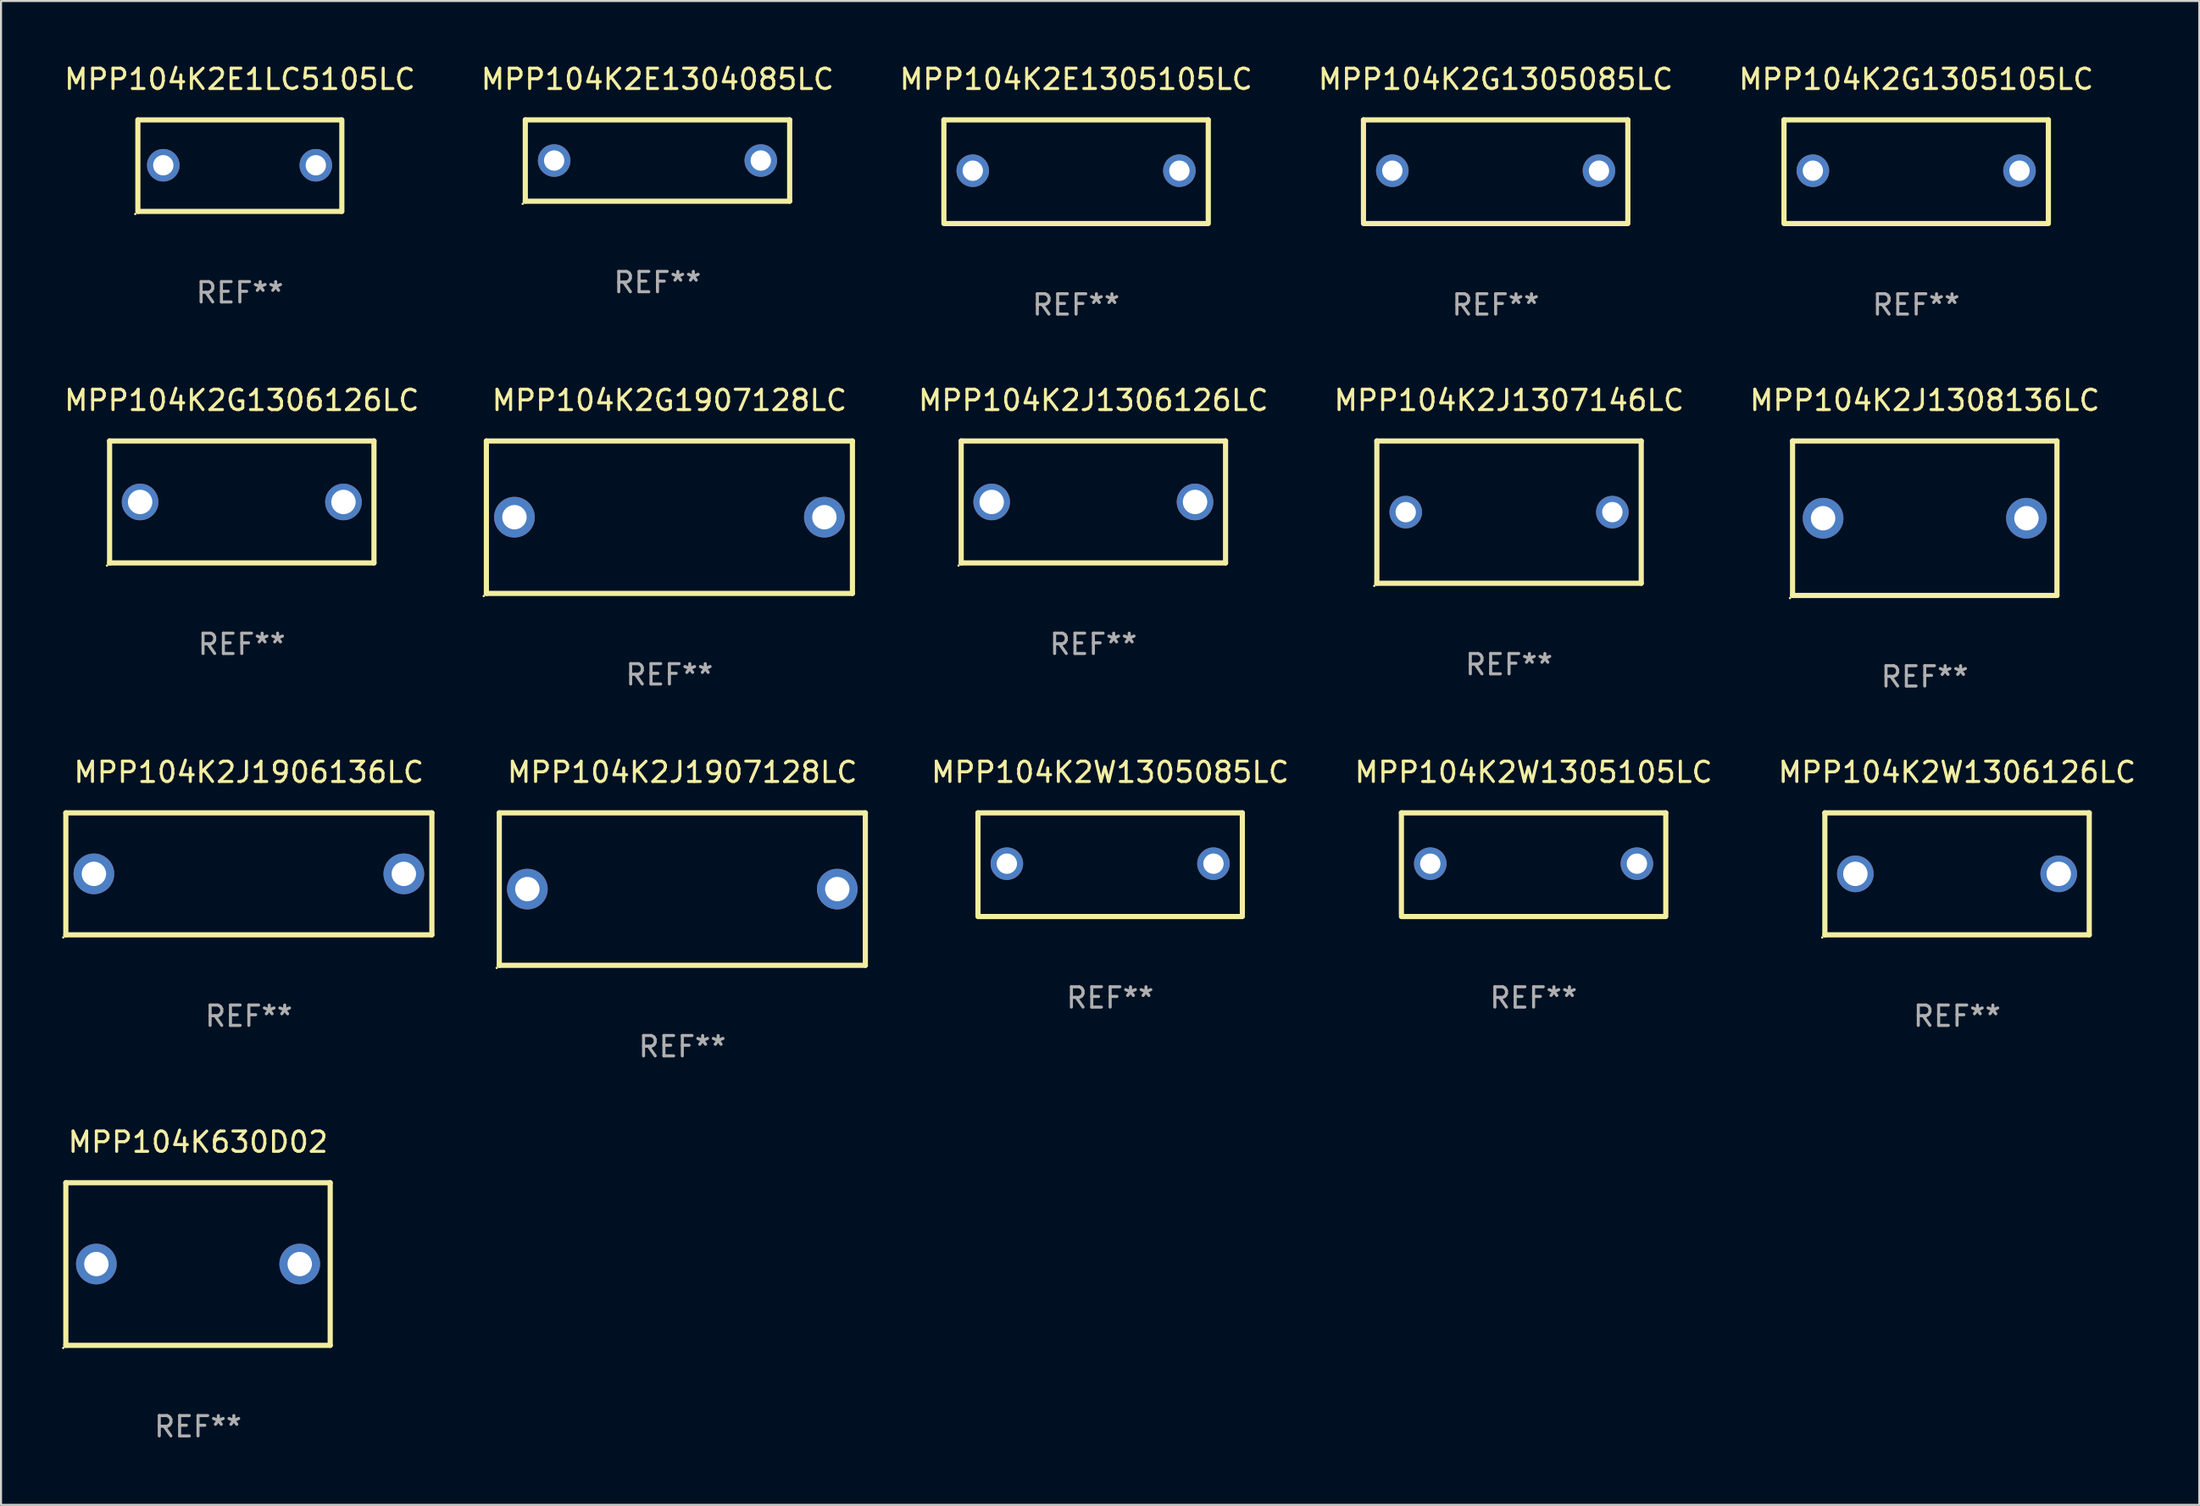
<source format=kicad_pcb>
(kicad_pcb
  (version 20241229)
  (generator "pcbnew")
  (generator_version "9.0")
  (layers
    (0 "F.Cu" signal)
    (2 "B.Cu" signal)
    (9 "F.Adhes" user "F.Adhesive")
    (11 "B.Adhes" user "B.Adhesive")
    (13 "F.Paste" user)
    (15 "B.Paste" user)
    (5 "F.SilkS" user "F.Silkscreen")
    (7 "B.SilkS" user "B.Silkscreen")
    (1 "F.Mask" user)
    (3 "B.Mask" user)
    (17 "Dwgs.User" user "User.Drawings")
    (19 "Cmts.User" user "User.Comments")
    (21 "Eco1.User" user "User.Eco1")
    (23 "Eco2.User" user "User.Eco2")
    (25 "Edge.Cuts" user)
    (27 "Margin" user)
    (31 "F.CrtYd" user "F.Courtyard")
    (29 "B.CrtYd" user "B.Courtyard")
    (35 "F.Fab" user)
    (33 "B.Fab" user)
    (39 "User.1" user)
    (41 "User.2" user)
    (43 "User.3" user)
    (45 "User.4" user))
  (footprint "MPP104K2J1307146LC"
    (layer "F.Cu")
    (at 71.153 22.145)
    (property "Reference" "MPP104K2J1307146LC" (at 0 -5.5 0) (layer "F.SilkS") (effects (font (size 1 1) (thickness 0.15))))
    (attr through_hole)
    (fp_line (start -6.5 -3.5) (end 6.5 -3.5) (stroke (width 0.254) (type solid)) (layer "F.SilkS"))
    (fp_line (start -6.5 3.5) (end -6.5 -3.5) (stroke (width 0.254) (type solid)) (layer "F.SilkS"))
    (fp_line (start 6.5 -3.5) (end 6.5 3.5) (stroke (width 0.254) (type solid)) (layer "F.SilkS"))
    (fp_line (start 6.5 3.5) (end -6.5 3.5) (stroke (width 0.254) (type solid)) (layer "F.SilkS"))
    (fp_circle (center -6.627 3.627) (end -6.597 3.627) (stroke (width 0.06) (type solid)) (fill no) (layer "F.SilkS"))
    (fp_text user "REF**" (at 0 7.5 0) (layer "F.Fab") (effects (font (size 1 1) (thickness 0.15))))
    (pad "1" thru_hole circle (at -5.08 -0.000127) (size 1.6 1.6) (drill 1) (layers "*.Cu" "*.Mask"))
    (pad "2" thru_hole circle (at 5.08 -0.000127) (size 1.6 1.6) (drill 1) (layers "*.Cu" "*.Mask")))
  (footprint "MPP104K2J1906136LC"
    (layer "F.Cu")
    (at 9.187 39.941)
    (property "Reference" "MPP104K2J1906136LC" (at 0 -5 0) (layer "F.SilkS") (effects (font (size 1 1) (thickness 0.15))))
    (attr through_hole)
    (fp_line (start -9 -3) (end 9 -3) (stroke (width 0.254) (type solid)) (layer "F.SilkS"))
    (fp_line (start -9 3) (end -9 -3) (stroke (width 0.254) (type solid)) (layer "F.SilkS"))
    (fp_line (start 9 -3) (end 9 3) (stroke (width 0.254) (type solid)) (layer "F.SilkS"))
    (fp_line (start 9 3) (end -9 3) (stroke (width 0.254) (type solid)) (layer "F.SilkS"))
    (fp_circle (center -9.127 3.127) (end -9.097 3.127) (stroke (width 0.06) (type solid)) (fill no) (layer "F.SilkS"))
    (fp_text user "REF**" (at 0 7 0) (layer "F.Fab") (effects (font (size 1 1) (thickness 0.15))))
    (pad "1" thru_hole circle (at -7.62 0) (size 2 2) (drill 1.2) (layers "*.Cu" "*.Mask"))
    (pad "2" thru_hole circle (at 7.62 0) (size 2 2) (drill 1.2) (layers "*.Cu" "*.Mask")))
  (footprint "MPP104K2J1308136LC"
    (layer "F.Cu")
    (at 91.594 22.445)
    (property "Reference" "MPP104K2J1308136LC" (at 0 -5.8 0) (layer "F.SilkS") (effects (font (size 1 1) (thickness 0.15))))
    (attr through_hole)
    (fp_line (start -6.5 -3.8) (end -6.5 3.8) (stroke (width 0.254) (type solid)) (layer "F.SilkS"))
    (fp_line (start -6.5 -3.8) (end 6.5 -3.8) (stroke (width 0.254) (type solid)) (layer "F.SilkS"))
    (fp_line (start 6.5 3.8) (end -6.5 3.8) (stroke (width 0.254) (type solid)) (layer "F.SilkS"))
    (fp_line (start 6.5 3.8) (end 6.5 -3.8) (stroke (width 0.254) (type solid)) (layer "F.SilkS"))
    (fp_circle (center -6.627 3.927) (end -6.597 3.927) (stroke (width 0.06) (type solid)) (fill no) (layer "F.SilkS"))
    (fp_text user "REF**" (at 0 7.8 0) (layer "F.Fab") (effects (font (size 1 1) (thickness 0.15))))
    (pad "1" thru_hole circle (at -4.999 0) (size 2 2) (drill 1.2) (layers "*.Cu" "*.Mask"))
    (pad "2" thru_hole circle (at 5.001 0) (size 2 2) (drill 1.2) (layers "*.Cu" "*.Mask")))
  (footprint "MPP104K2G1305105LC"
    (layer "F.Cu")
    (at 91.173 5.398)
    (property "Reference" "MPP104K2G1305105LC" (at 0 -4.55 0) (layer "F.SilkS") (effects (font (size 1 1) (thickness 0.15))))
    (attr through_hole)
    (fp_line (start -6.5 -2.55) (end 6.5 -2.55) (stroke (width 0.254) (type solid)) (layer "F.SilkS"))
    (fp_line (start -6.5 2.45) (end -6.5 -2.55) (stroke (width 0.254) (type solid)) (layer "F.SilkS"))
    (fp_line (start 6.5 -2.55) (end 6.5 2.45) (stroke (width 0.254) (type solid)) (layer "F.SilkS"))
    (fp_line (start 6.5 2.55) (end -6.5 2.55) (stroke (width 0.254) (type solid)) (layer "F.SilkS"))
    (fp_circle (center -6.5 2.45) (end -6.47 2.45) (stroke (width 0.06) (type solid)) (fill no) (layer "F.SilkS"))
    (fp_text user "REF**" (at 0 6.55 0) (layer "F.Fab") (effects (font (size 1 1) (thickness 0.15))))
    (pad "1" thru_hole circle (at -5.08 -0.05) (size 1.6 1.6) (drill 1) (layers "*.Cu" "*.Mask"))
    (pad "2" thru_hole circle (at 5.08 -0.05) (size 1.6 1.6) (drill 1) (layers "*.Cu" "*.Mask")))
  (footprint "MPP104K2E1305105LC"
    (layer "F.Cu")
    (at 49.863 5.398)
    (property "Reference" "MPP104K2E1305105LC" (at 0 -4.55 0) (layer "F.SilkS") (effects (font (size 1 1) (thickness 0.15))))
    (attr through_hole)
    (fp_line (start -6.5 -2.55) (end 6.5 -2.55) (stroke (width 0.254) (type solid)) (layer "F.SilkS"))
    (fp_line (start -6.5 2.45) (end -6.5 -2.55) (stroke (width 0.254) (type solid)) (layer "F.SilkS"))
    (fp_line (start 6.5 -2.55) (end 6.5 2.45) (stroke (width 0.254) (type solid)) (layer "F.SilkS"))
    (fp_line (start 6.5 2.55) (end -6.5 2.55) (stroke (width 0.254) (type solid)) (layer "F.SilkS"))
    (fp_circle (center -6.5 2.45) (end -6.47 2.45) (stroke (width 0.06) (type solid)) (fill no) (layer "F.SilkS"))
    (fp_text user "REF**" (at 0 6.55 0) (layer "F.Fab") (effects (font (size 1 1) (thickness 0.15))))
    (pad "1" thru_hole circle (at -5.08 -0.05) (size 1.6 1.6) (drill 1) (layers "*.Cu" "*.Mask"))
    (pad "2" thru_hole circle (at 5.08 -0.05) (size 1.6 1.6) (drill 1) (layers "*.Cu" "*.Mask")))
  (footprint "MPP104K2J1306126LC"
    (layer "F.Cu")
    (at 50.713 21.645)
    (property "Reference" "MPP104K2J1306126LC" (at 0 -5 0) (layer "F.SilkS") (effects (font (size 1 1) (thickness 0.15))))
    (attr through_hole)
    (fp_line (start -6.5 -3) (end 6.5 -3) (stroke (width 0.254) (type solid)) (layer "F.SilkS"))
    (fp_line (start -6.5 3) (end -6.5 -3) (stroke (width 0.254) (type solid)) (layer "F.SilkS"))
    (fp_line (start -6.5 3) (end 6.5 3) (stroke (width 0.254) (type solid)) (layer "F.SilkS"))
    (fp_line (start 6.5 -3) (end 6.5 3) (stroke (width 0.254) (type solid)) (layer "F.SilkS"))
    (fp_circle (center -6.627 3.127) (end -6.597 3.127) (stroke (width 0.06) (type solid)) (fill no) (layer "F.SilkS"))
    (fp_text user "REF**" (at 0 7 0) (layer "F.Fab") (effects (font (size 1 1) (thickness 0.15))))
    (pad "1" thru_hole circle (at -5 0) (size 1.8 1.8) (drill 1.2) (layers "*.Cu" "*.Mask"))
    (pad "2" thru_hole circle (at 5 0) (size 1.8 1.8) (drill 1.2) (layers "*.Cu" "*.Mask")))
  (footprint "MPP104K2G1907128LC"
    (layer "F.Cu")
    (at 29.866 22.395)
    (property "Reference" "MPP104K2G1907128LC" (at 0 -5.75 0) (layer "F.SilkS") (effects (font (size 1 1) (thickness 0.15))))
    (attr through_hole)
    (fp_line (start -9 -3.75) (end 9 -3.75) (stroke (width 0.254) (type solid)) (layer "F.SilkS"))
    (fp_line (start -9 3.75) (end -9 -3.75) (stroke (width 0.254) (type solid)) (layer "F.SilkS"))
    (fp_line (start 9 -3.75) (end 9 3.75) (stroke (width 0.254) (type solid)) (layer "F.SilkS"))
    (fp_line (start 9 3.75) (end -9 3.75) (stroke (width 0.254) (type solid)) (layer "F.SilkS"))
    (fp_circle (center -9.127 3.877) (end -9.097 3.877) (stroke (width 0.06) (type solid)) (fill no) (layer "F.SilkS"))
    (fp_text user "REF**" (at 0 7.75 0) (layer "F.Fab") (effects (font (size 1 1) (thickness 0.15))))
    (pad "1" thru_hole circle (at -7.62 0) (size 2 2) (drill 1.2) (layers "*.Cu" "*.Mask"))
    (pad "2" thru_hole circle (at 7.62 0) (size 2 2) (drill 1.2) (layers "*.Cu" "*.Mask")))
  (footprint "MPP104K2W1305105LC"
    (layer "F.Cu")
    (at 72.36 39.491)
    (property "Reference" "MPP104K2W1305105LC" (at 0 -4.55 0) (layer "F.SilkS") (effects (font (size 1 1) (thickness 0.15))))
    (attr through_hole)
    (fp_line (start -6.5 -2.55) (end 6.5 -2.55) (stroke (width 0.254) (type solid)) (layer "F.SilkS"))
    (fp_line (start -6.5 2.45) (end -6.5 -2.55) (stroke (width 0.254) (type solid)) (layer "F.SilkS"))
    (fp_line (start 6.5 -2.55) (end 6.5 2.45) (stroke (width 0.254) (type solid)) (layer "F.SilkS"))
    (fp_line (start 6.5 2.55) (end -6.5 2.55) (stroke (width 0.254) (type solid)) (layer "F.SilkS"))
    (fp_circle (center -6.5 2.45) (end -6.47 2.45) (stroke (width 0.06) (type solid)) (fill no) (layer "F.SilkS"))
    (fp_text user "REF**" (at 0 6.55 0) (layer "F.Fab") (effects (font (size 1 1) (thickness 0.15))))
    (pad "1" thru_hole circle (at -5.08 -0.05) (size 1.6 1.6) (drill 1) (layers "*.Cu" "*.Mask"))
    (pad "2" thru_hole circle (at 5.08 -0.05) (size 1.6 1.6) (drill 1) (layers "*.Cu" "*.Mask")))
  (footprint "MPP104K2G1306126LC"
    (layer "F.Cu")
    (at 8.839 21.645)
    (property "Reference" "MPP104K2G1306126LC" (at 0 -5 0) (layer "F.SilkS") (effects (font (size 1 1) (thickness 0.15))))
    (attr through_hole)
    (fp_line (start -6.5 -3) (end 6.5 -3) (stroke (width 0.254) (type solid)) (layer "F.SilkS"))
    (fp_line (start -6.5 3) (end -6.5 -3) (stroke (width 0.254) (type solid)) (layer "F.SilkS"))
    (fp_line (start -6.5 3) (end 6.5 3) (stroke (width 0.254) (type solid)) (layer "F.SilkS"))
    (fp_line (start 6.5 -3) (end 6.5 3) (stroke (width 0.254) (type solid)) (layer "F.SilkS"))
    (fp_circle (center -6.627 3.127) (end -6.597 3.127) (stroke (width 0.06) (type solid)) (fill no) (layer "F.SilkS"))
    (fp_text user "REF**" (at 0 7 0) (layer "F.Fab") (effects (font (size 1 1) (thickness 0.15))))
    (pad "1" thru_hole circle (at -5 0) (size 1.8 1.8) (drill 1.2) (layers "*.Cu" "*.Mask"))
    (pad "2" thru_hole circle (at 5 0) (size 1.8 1.8) (drill 1.2) (layers "*.Cu" "*.Mask")))
  (footprint "MPP104K2E1LC5105LC"
    (layer "F.Cu")
    (at 8.744 5.099)
    (property "Reference" "MPP104K2E1LC5105LC" (at 0 -4.251 0) (layer "F.SilkS") (effects (font (size 1 1) (thickness 0.15))))
    (attr through_hole)
    (fp_line (start -5.015 2.25) (end -5.015 -2.251) (stroke (width 0.254) (type solid)) (layer "F.SilkS"))
    (fp_line (start -5.005 -2.25) (end 4.995 -2.25) (stroke (width 0.254) (type solid)) (layer "F.SilkS"))
    (fp_line (start 5.005 2.25) (end -4.995 2.25) (stroke (width 0.254) (type solid)) (layer "F.SilkS"))
    (fp_line (start 5.015 -2.25) (end 5.015 2.251) (stroke (width 0.254) (type solid)) (layer "F.SilkS"))
    (fp_circle (center -5.142 2.378) (end -5.112 2.378) (stroke (width 0.06) (type solid)) (fill no) (layer "F.SilkS"))
    (fp_text user "REF**" (at 0 6.251 0) (layer "F.Fab") (effects (font (size 1 1) (thickness 0.15))))
    (pad "1" thru_hole circle (at -3.765 -0.019) (size 1.6 1.6) (drill 1) (layers "*.Cu" "*.Mask"))
    (pad "2" thru_hole circle (at 3.735 -0.019) (size 1.6 1.6) (drill 1) (layers "*.Cu" "*.Mask")))
  (footprint "MPP104K2E1304085LC"
    (layer "F.Cu")
    (at 29.28 4.848)
    (property "Reference" "MPP104K2E1304085LC" (at 0 -4 0) (layer "F.SilkS") (effects (font (size 1 1) (thickness 0.15))))
    (attr through_hole)
    (fp_line (start -6.5 -2) (end 6.5 -2) (stroke (width 0.254) (type solid)) (layer "F.SilkS"))
    (fp_line (start -6.5 2) (end -6.5 -2) (stroke (width 0.254) (type solid)) (layer "F.SilkS"))
    (fp_line (start 6.5 -2) (end 6.5 2) (stroke (width 0.254) (type solid)) (layer "F.SilkS"))
    (fp_line (start 6.5 2) (end -6.5 2) (stroke (width 0.254) (type solid)) (layer "F.SilkS"))
    (fp_circle (center -6.627 2.127) (end -6.597 2.127) (stroke (width 0.06) (type solid)) (fill no) (layer "F.SilkS"))
    (fp_text user "REF**" (at 0 6 0) (layer "F.Fab") (effects (font (size 1 1) (thickness 0.15))))
    (pad "1" thru_hole circle (at -5.08 0) (size 1.6 1.6) (drill 1) (layers "*.Cu" "*.Mask"))
    (pad "2" thru_hole circle (at 5.08 0) (size 1.6 1.6) (drill 1) (layers "*.Cu" "*.Mask")))
  (footprint "MPP104K2W1305085LC"
    (layer "F.Cu")
    (at 51.539 39.491)
    (property "Reference" "MPP104K2W1305085LC" (at 0 -4.55 0) (layer "F.SilkS") (effects (font (size 1 1) (thickness 0.15))))
    (attr through_hole)
    (fp_line (start -6.5 -2.55) (end 6.5 -2.55) (stroke (width 0.254) (type solid)) (layer "F.SilkS"))
    (fp_line (start -6.5 2.45) (end -6.5 -2.55) (stroke (width 0.254) (type solid)) (layer "F.SilkS"))
    (fp_line (start 6.5 -2.55) (end 6.5 2.45) (stroke (width 0.254) (type solid)) (layer "F.SilkS"))
    (fp_line (start 6.5 2.55) (end -6.5 2.55) (stroke (width 0.254) (type solid)) (layer "F.SilkS"))
    (fp_circle (center -6.5 2.45) (end -6.47 2.45) (stroke (width 0.06) (type solid)) (fill no) (layer "F.SilkS"))
    (fp_text user "REF**" (at 0 6.55 0) (layer "F.Fab") (effects (font (size 1 1) (thickness 0.15))))
    (pad "1" thru_hole circle (at -5.08 -0.05) (size 1.6 1.6) (drill 1) (layers "*.Cu" "*.Mask"))
    (pad "2" thru_hole circle (at 5.08 -0.05) (size 1.6 1.6) (drill 1) (layers "*.Cu" "*.Mask")))
  (footprint "MPP104K2G1305085LC"
    (layer "F.Cu")
    (at 70.494 5.398)
    (property "Reference" "MPP104K2G1305085LC" (at 0 -4.55 0) (layer "F.SilkS") (effects (font (size 1 1) (thickness 0.15))))
    (attr through_hole)
    (fp_line (start -6.5 -2.55) (end 6.5 -2.55) (stroke (width 0.254) (type solid)) (layer "F.SilkS"))
    (fp_line (start -6.5 2.45) (end -6.5 -2.55) (stroke (width 0.254) (type solid)) (layer "F.SilkS"))
    (fp_line (start 6.5 -2.55) (end 6.5 2.45) (stroke (width 0.254) (type solid)) (layer "F.SilkS"))
    (fp_line (start 6.5 2.55) (end -6.5 2.55) (stroke (width 0.254) (type solid)) (layer "F.SilkS"))
    (fp_circle (center -6.5 2.45) (end -6.47 2.45) (stroke (width 0.06) (type solid)) (fill no) (layer "F.SilkS"))
    (fp_text user "REF**" (at 0 6.55 0) (layer "F.Fab") (effects (font (size 1 1) (thickness 0.15))))
    (pad "1" thru_hole circle (at -5.08 -0.05) (size 1.6 1.6) (drill 1) (layers "*.Cu" "*.Mask"))
    (pad "2" thru_hole circle (at 5.08 -0.05) (size 1.6 1.6) (drill 1) (layers "*.Cu" "*.Mask")))
  (footprint "MPP104K630D02"
    (layer "F.Cu")
    (at 6.687 59.138)
    (property "Reference" "MPP104K630D02" (at 0 -6 0) (layer "F.SilkS") (effects (font (size 1 1) (thickness 0.15))))
    (attr through_hole)
    (fp_line (start -6.5 -4) (end -6.5 4) (stroke (width 0.254) (type solid)) (layer "F.SilkS"))
    (fp_line (start -6.5 -4) (end 6.5 -4) (stroke (width 0.254) (type solid)) (layer "F.SilkS"))
    (fp_line (start 6.5 4) (end -6.5 4) (stroke (width 0.254) (type solid)) (layer "F.SilkS"))
    (fp_line (start 6.5 4) (end 6.5 -4) (stroke (width 0.254) (type solid)) (layer "F.SilkS"))
    (fp_circle (center -6.627 4.127) (end -6.597 4.127) (stroke (width 0.06) (type solid)) (fill no) (layer "F.SilkS"))
    (fp_text user "REF**" (at 0 8 0) (layer "F.Fab") (effects (font (size 1 1) (thickness 0.15))))
    (pad "1" thru_hole circle (at -4.999 0) (size 2 2) (drill 1.2) (layers "*.Cu" "*.Mask"))
    (pad "2" thru_hole circle (at 5.001 0) (size 2 2) (drill 1.2) (layers "*.Cu" "*.Mask")))
  (footprint "MPP104K2J1907128LC"
    (layer "F.Cu")
    (at 30.501 40.691)
    (property "Reference" "MPP104K2J1907128LC" (at 0 -5.75 0) (layer "F.SilkS") (effects (font (size 1 1) (thickness 0.15))))
    (attr through_hole)
    (fp_line (start -9 -3.75) (end 9 -3.75) (stroke (width 0.254) (type solid)) (layer "F.SilkS"))
    (fp_line (start -9 3.75) (end -9 -3.75) (stroke (width 0.254) (type solid)) (layer "F.SilkS"))
    (fp_line (start 9 -3.75) (end 9 3.75) (stroke (width 0.254) (type solid)) (layer "F.SilkS"))
    (fp_line (start 9 3.75) (end -9 3.75) (stroke (width 0.254) (type solid)) (layer "F.SilkS"))
    (fp_circle (center -9.127 3.877) (end -9.097 3.877) (stroke (width 0.06) (type solid)) (fill no) (layer "F.SilkS"))
    (fp_text user "REF**" (at 0 7.75 0) (layer "F.Fab") (effects (font (size 1 1) (thickness 0.15))))
    (pad "1" thru_hole circle (at -7.62 0) (size 2 2) (drill 1.2) (layers "*.Cu" "*.Mask"))
    (pad "2" thru_hole circle (at 7.62 0) (size 2 2) (drill 1.2) (layers "*.Cu" "*.Mask")))
  (footprint "MPP104K2W1306126LC"
    (layer "F.Cu")
    (at 93.182 39.941)
    (property "Reference" "MPP104K2W1306126LC" (at 0 -5 0) (layer "F.SilkS") (effects (font (size 1 1) (thickness 0.15))))
    (attr through_hole)
    (fp_line (start -6.5 -3) (end 6.5 -3) (stroke (width 0.254) (type solid)) (layer "F.SilkS"))
    (fp_line (start -6.5 3) (end -6.5 -3) (stroke (width 0.254) (type solid)) (layer "F.SilkS"))
    (fp_line (start -6.5 3) (end 6.5 3) (stroke (width 0.254) (type solid)) (layer "F.SilkS"))
    (fp_line (start 6.5 -3) (end 6.5 3) (stroke (width 0.254) (type solid)) (layer "F.SilkS"))
    (fp_circle (center -6.627 3.127) (end -6.597 3.127) (stroke (width 0.06) (type solid)) (fill no) (layer "F.SilkS"))
    (fp_text user "REF**" (at 0 7 0) (layer "F.Fab") (effects (font (size 1 1) (thickness 0.15))))
    (pad "1" thru_hole circle (at -5 0) (size 1.8 1.8) (drill 1.2) (layers "*.Cu" "*.Mask"))
    (pad "2" thru_hole circle (at 5 0) (size 1.8 1.8) (drill 1.2) (layers "*.Cu" "*.Mask")))
  (gr_rect
    (start -3 -3)
    (end 105.092 70.986)
    (stroke (width 0.1) (type default))
    (fill no)
    (layer "Edge.Cuts")))
</source>
